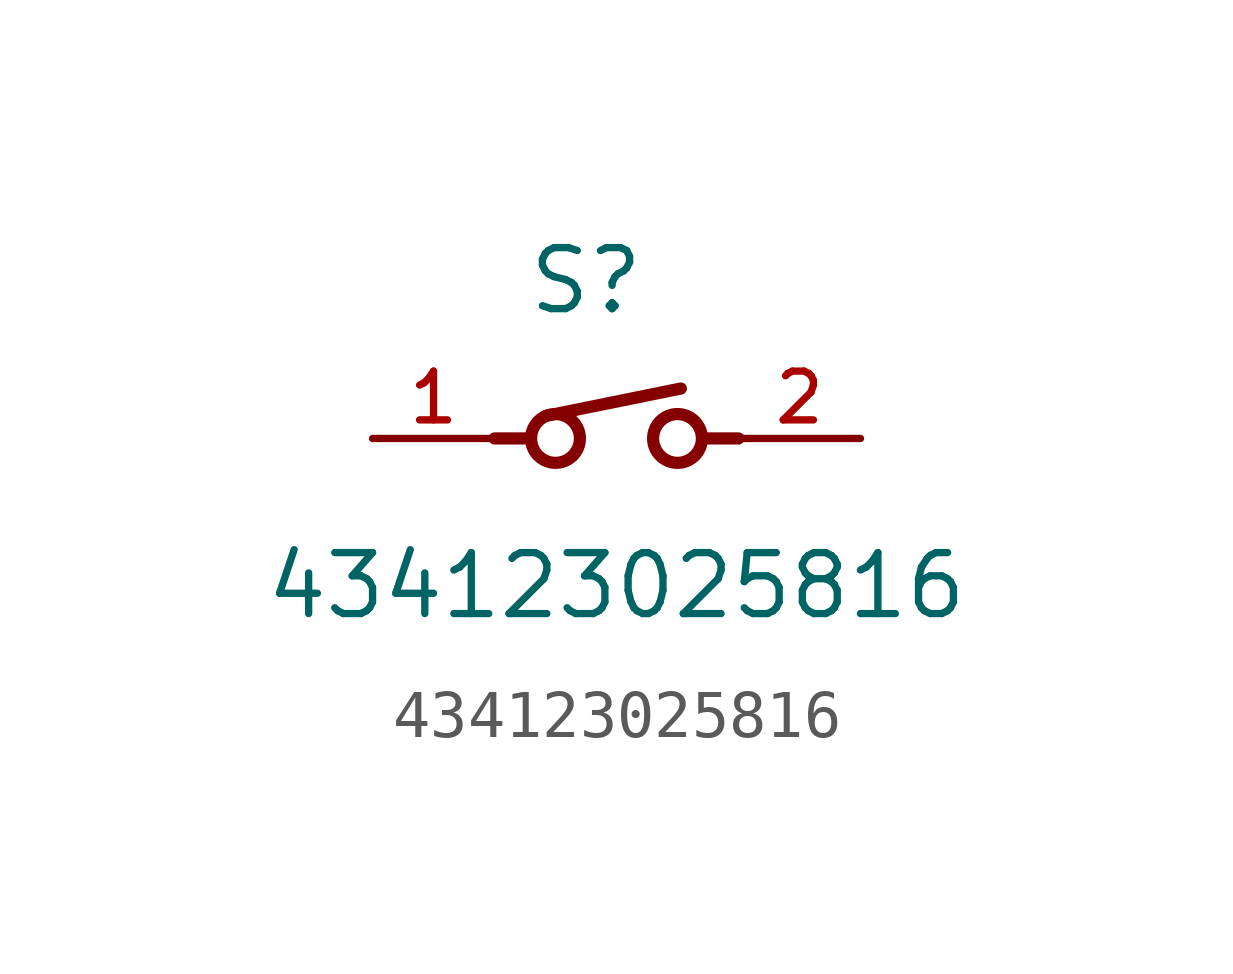
<source format=kicad_sym>
(kicad_symbol_lib
  (version 20211014)
  (generator kicad_symbol_editor)
  (symbol "434123025816"
    (pin_names
      (offset 1.016))
    (property "Reference" "S"
      (at -0.635 2.54 0)
      (effects (font (size 1.27 1.27)) (justify bottom)))
    (property "Value" "434123025816"
      (at 0.0 -3.81 0)
      (effects (font (size 1.27 1.27)) (justify bottom)))
    (symbol "434123025816_0_0"
      (circle (center -1.27 0.0) (radius 0.508) (stroke (width 0.254)) (fill (type none)))
      (circle (center 1.27 0.0) (radius 0.508) (stroke (width 0.254)) (fill (type none)))
      (polyline (pts (xy -1.47 0.47) (xy 1.34 1.04)) (stroke (width 0.254)))
      (polyline (pts (xy -2.54 0.0) (xy -1.805 0.0)) (stroke (width 0.254)))
      (polyline (pts (xy 1.805 0.0) (xy 2.54 0.0)) (stroke (width 0.254)))
      (pin passive line (at -5.08 0.0 0) (length 2.54) (name "~" (effects (font (size 1.016 1.016)))) (number "1" (effects (font (size 1.016 1.016)))))
      (pin passive line (at 5.08 0.0 180.0) (length 2.54) (name "~" (effects (font (size 1.016 1.016)))) (number "2" (effects (font (size 1.016 1.016))))))))
</source>
